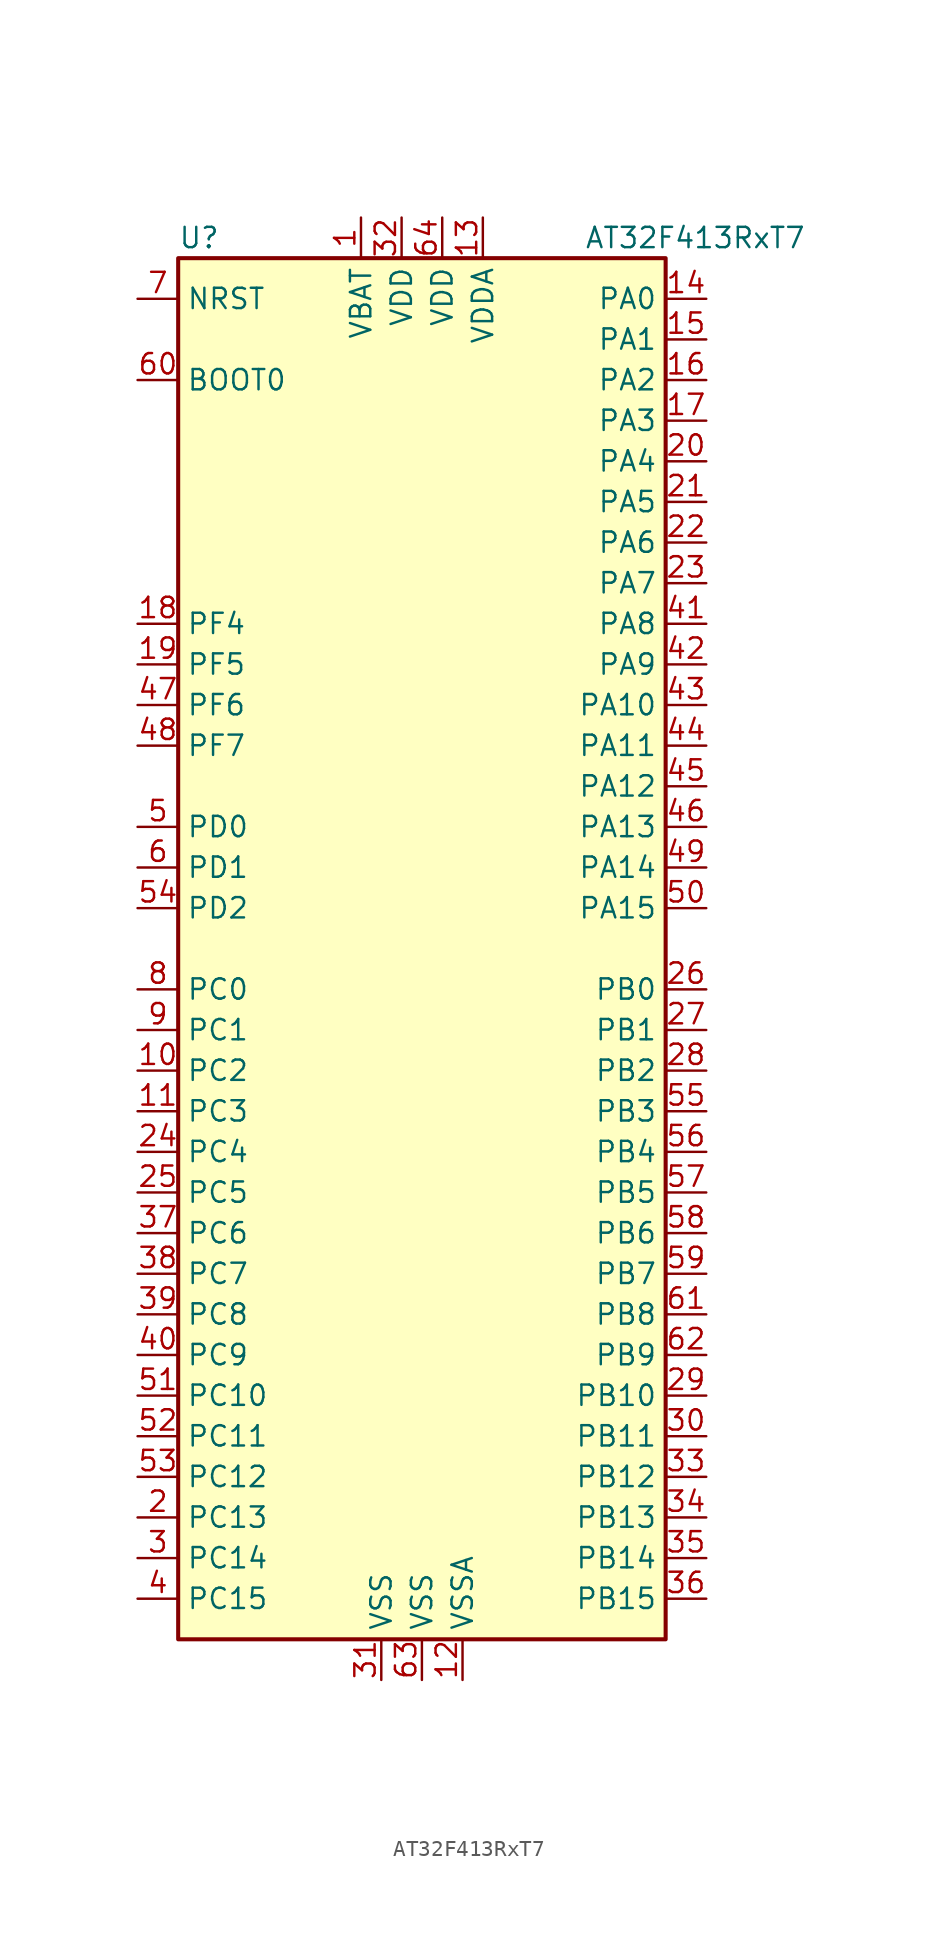
<source format=kicad_sym>
(kicad_symbol_lib
  (version 20220331)
  (generator kicad_symbol_editor)
  (symbol "AT32F413RxT7"
    (property "Reference" "U"
      (at -15.24 44.45 0)
      (effects (font (size 1.27 1.27)) (justify left)))
    (property "Value" "AT32F413RxT7"
      (at 10.16 44.45 0)
      (effects (font (size 1.27 1.27)) (justify left)))
    (symbol "AT32F413RxT7_0_1"
      (rectangle (start -15.24 -43.18) (end 15.24 43.18) (stroke (width 0.254) (type default)) (fill (type background))))
    (symbol "AT32F413RxT7_1_1"
      (pin power_in line (at -3.81 45.72 270) (length 2.54) (name "VBAT" (effects (font (size 1.27 1.27)))) (number "1" (effects (font (size 1.27 1.27)))))
      (pin bidirectional line (at -17.78 -7.62 0) (length 2.54) (name "PC2" (effects (font (size 1.27 1.27)))) (number "10" (effects (font (size 1.27 1.27)))))
      (pin bidirectional line (at -17.78 -10.16 0) (length 2.54) (name "PC3" (effects (font (size 1.27 1.27)))) (number "11" (effects (font (size 1.27 1.27)))))
      (pin power_in line (at 2.54 -45.72 90) (length 2.54) (name "VSSA" (effects (font (size 1.27 1.27)))) (number "12" (effects (font (size 1.27 1.27)))))
      (pin power_in line (at 3.81 45.72 270) (length 2.54) (name "VDDA" (effects (font (size 1.27 1.27)))) (number "13" (effects (font (size 1.27 1.27)))))
      (pin bidirectional line (at 17.78 40.64 180) (length 2.54) (name "PA0" (effects (font (size 1.27 1.27)))) (number "14" (effects (font (size 1.27 1.27)))))
      (pin bidirectional line (at 17.78 38.1 180) (length 2.54) (name "PA1" (effects (font (size 1.27 1.27)))) (number "15" (effects (font (size 1.27 1.27)))))
      (pin bidirectional line (at 17.78 35.56 180) (length 2.54) (name "PA2" (effects (font (size 1.27 1.27)))) (number "16" (effects (font (size 1.27 1.27)))))
      (pin bidirectional line (at 17.78 33.02 180) (length 2.54) (name "PA3" (effects (font (size 1.27 1.27)))) (number "17" (effects (font (size 1.27 1.27)))))
      (pin bidirectional line (at -17.78 20.32 0) (length 2.54) (name "PF4" (effects (font (size 1.27 1.27)))) (number "18" (effects (font (size 1.27 1.27)))))
      (pin bidirectional line (at -17.78 17.78 0) (length 2.54) (name "PF5" (effects (font (size 1.27 1.27)))) (number "19" (effects (font (size 1.27 1.27)))))
      (pin bidirectional line (at -17.78 -35.56 0) (length 2.54) (name "PC13" (effects (font (size 1.27 1.27)))) (number "2" (effects (font (size 1.27 1.27)))))
      (pin bidirectional line (at 17.78 30.48 180) (length 2.54) (name "PA4" (effects (font (size 1.27 1.27)))) (number "20" (effects (font (size 1.27 1.27)))))
      (pin bidirectional line (at 17.78 27.94 180) (length 2.54) (name "PA5" (effects (font (size 1.27 1.27)))) (number "21" (effects (font (size 1.27 1.27)))))
      (pin bidirectional line (at 17.78 25.4 180) (length 2.54) (name "PA6" (effects (font (size 1.27 1.27)))) (number "22" (effects (font (size 1.27 1.27)))))
      (pin bidirectional line (at 17.78 22.86 180) (length 2.54) (name "PA7" (effects (font (size 1.27 1.27)))) (number "23" (effects (font (size 1.27 1.27)))))
      (pin bidirectional line (at -17.78 -12.7 0) (length 2.54) (name "PC4" (effects (font (size 1.27 1.27)))) (number "24" (effects (font (size 1.27 1.27)))))
      (pin bidirectional line (at -17.78 -15.24 0) (length 2.54) (name "PC5" (effects (font (size 1.27 1.27)))) (number "25" (effects (font (size 1.27 1.27)))))
      (pin bidirectional line (at 17.78 -2.54 180) (length 2.54) (name "PB0" (effects (font (size 1.27 1.27)))) (number "26" (effects (font (size 1.27 1.27)))))
      (pin bidirectional line (at 17.78 -5.08 180) (length 2.54) (name "PB1" (effects (font (size 1.27 1.27)))) (number "27" (effects (font (size 1.27 1.27)))))
      (pin bidirectional line (at 17.78 -7.62 180) (length 2.54) (name "PB2" (effects (font (size 1.27 1.27)))) (number "28" (effects (font (size 1.27 1.27)))))
      (pin bidirectional line (at 17.78 -27.94 180) (length 2.54) (name "PB10" (effects (font (size 1.27 1.27)))) (number "29" (effects (font (size 1.27 1.27)))))
      (pin bidirectional line (at -17.78 -38.1 0) (length 2.54) (name "PC14" (effects (font (size 1.27 1.27)))) (number "3" (effects (font (size 1.27 1.27)))))
      (pin bidirectional line (at 17.78 -30.48 180) (length 2.54) (name "PB11" (effects (font (size 1.27 1.27)))) (number "30" (effects (font (size 1.27 1.27)))))
      (pin power_in line (at -2.54 -45.72 90) (length 2.54) (name "VSS" (effects (font (size 1.27 1.27)))) (number "31" (effects (font (size 1.27 1.27)))))
      (pin power_in line (at -1.27 45.72 270) (length 2.54) (name "VDD" (effects (font (size 1.27 1.27)))) (number "32" (effects (font (size 1.27 1.27)))))
      (pin bidirectional line (at 17.78 -33.02 180) (length 2.54) (name "PB12" (effects (font (size 1.27 1.27)))) (number "33" (effects (font (size 1.27 1.27)))))
      (pin bidirectional line (at 17.78 -35.56 180) (length 2.54) (name "PB13" (effects (font (size 1.27 1.27)))) (number "34" (effects (font (size 1.27 1.27)))))
      (pin bidirectional line (at 17.78 -38.1 180) (length 2.54) (name "PB14" (effects (font (size 1.27 1.27)))) (number "35" (effects (font (size 1.27 1.27)))))
      (pin bidirectional line (at 17.78 -40.64 180) (length 2.54) (name "PB15" (effects (font (size 1.27 1.27)))) (number "36" (effects (font (size 1.27 1.27)))))
      (pin bidirectional line (at -17.78 -17.78 0) (length 2.54) (name "PC6" (effects (font (size 1.27 1.27)))) (number "37" (effects (font (size 1.27 1.27)))))
      (pin bidirectional line (at -17.78 -20.32 0) (length 2.54) (name "PC7" (effects (font (size 1.27 1.27)))) (number "38" (effects (font (size 1.27 1.27)))))
      (pin bidirectional line (at -17.78 -22.86 0) (length 2.54) (name "PC8" (effects (font (size 1.27 1.27)))) (number "39" (effects (font (size 1.27 1.27)))))
      (pin bidirectional line (at -17.78 -40.64 0) (length 2.54) (name "PC15" (effects (font (size 1.27 1.27)))) (number "4" (effects (font (size 1.27 1.27)))))
      (pin bidirectional line (at -17.78 -25.4 0) (length 2.54) (name "PC9" (effects (font (size 1.27 1.27)))) (number "40" (effects (font (size 1.27 1.27)))))
      (pin bidirectional line (at 17.78 20.32 180) (length 2.54) (name "PA8" (effects (font (size 1.27 1.27)))) (number "41" (effects (font (size 1.27 1.27)))))
      (pin bidirectional line (at 17.78 17.78 180) (length 2.54) (name "PA9" (effects (font (size 1.27 1.27)))) (number "42" (effects (font (size 1.27 1.27)))))
      (pin bidirectional line (at 17.78 15.24 180) (length 2.54) (name "PA10" (effects (font (size 1.27 1.27)))) (number "43" (effects (font (size 1.27 1.27)))))
      (pin bidirectional line (at 17.78 12.7 180) (length 2.54) (name "PA11" (effects (font (size 1.27 1.27)))) (number "44" (effects (font (size 1.27 1.27)))))
      (pin bidirectional line (at 17.78 10.16 180) (length 2.54) (name "PA12" (effects (font (size 1.27 1.27)))) (number "45" (effects (font (size 1.27 1.27)))))
      (pin bidirectional line (at 17.78 7.62 180) (length 2.54) (name "PA13" (effects (font (size 1.27 1.27)))) (number "46" (effects (font (size 1.27 1.27)))))
      (pin bidirectional line (at -17.78 15.24 0) (length 2.54) (name "PF6" (effects (font (size 1.27 1.27)))) (number "47" (effects (font (size 1.27 1.27)))))
      (pin bidirectional line (at -17.78 12.7 0) (length 2.54) (name "PF7" (effects (font (size 1.27 1.27)))) (number "48" (effects (font (size 1.27 1.27)))))
      (pin bidirectional line (at 17.78 5.08 180) (length 2.54) (name "PA14" (effects (font (size 1.27 1.27)))) (number "49" (effects (font (size 1.27 1.27)))))
      (pin input line (at -17.78 7.62 0) (length 2.54) (name "PD0" (effects (font (size 1.27 1.27)))) (number "5" (effects (font (size 1.27 1.27)))))
      (pin bidirectional line (at 17.78 2.54 180) (length 2.54) (name "PA15" (effects (font (size 1.27 1.27)))) (number "50" (effects (font (size 1.27 1.27)))))
      (pin bidirectional line (at -17.78 -27.94 0) (length 2.54) (name "PC10" (effects (font (size 1.27 1.27)))) (number "51" (effects (font (size 1.27 1.27)))))
      (pin bidirectional line (at -17.78 -30.48 0) (length 2.54) (name "PC11" (effects (font (size 1.27 1.27)))) (number "52" (effects (font (size 1.27 1.27)))))
      (pin bidirectional line (at -17.78 -33.02 0) (length 2.54) (name "PC12" (effects (font (size 1.27 1.27)))) (number "53" (effects (font (size 1.27 1.27)))))
      (pin bidirectional line (at -17.78 2.54 0) (length 2.54) (name "PD2" (effects (font (size 1.27 1.27)))) (number "54" (effects (font (size 1.27 1.27)))))
      (pin bidirectional line (at 17.78 -10.16 180) (length 2.54) (name "PB3" (effects (font (size 1.27 1.27)))) (number "55" (effects (font (size 1.27 1.27)))))
      (pin bidirectional line (at 17.78 -12.7 180) (length 2.54) (name "PB4" (effects (font (size 1.27 1.27)))) (number "56" (effects (font (size 1.27 1.27)))))
      (pin bidirectional line (at 17.78 -15.24 180) (length 2.54) (name "PB5" (effects (font (size 1.27 1.27)))) (number "57" (effects (font (size 1.27 1.27)))))
      (pin bidirectional line (at 17.78 -17.78 180) (length 2.54) (name "PB6" (effects (font (size 1.27 1.27)))) (number "58" (effects (font (size 1.27 1.27)))))
      (pin bidirectional line (at 17.78 -20.32 180) (length 2.54) (name "PB7" (effects (font (size 1.27 1.27)))) (number "59" (effects (font (size 1.27 1.27)))))
      (pin input line (at -17.78 5.08 0) (length 2.54) (name "PD1" (effects (font (size 1.27 1.27)))) (number "6" (effects (font (size 1.27 1.27)))))
      (pin input line (at -17.78 35.56 0) (length 2.54) (name "BOOT0" (effects (font (size 1.27 1.27)))) (number "60" (effects (font (size 1.27 1.27)))))
      (pin bidirectional line (at 17.78 -22.86 180) (length 2.54) (name "PB8" (effects (font (size 1.27 1.27)))) (number "61" (effects (font (size 1.27 1.27)))))
      (pin bidirectional line (at 17.78 -25.4 180) (length 2.54) (name "PB9" (effects (font (size 1.27 1.27)))) (number "62" (effects (font (size 1.27 1.27)))))
      (pin power_in line (at 0 -45.72 90) (length 2.54) (name "VSS" (effects (font (size 1.27 1.27)))) (number "63" (effects (font (size 1.27 1.27)))))
      (pin power_in line (at 1.27 45.72 270) (length 2.54) (name "VDD" (effects (font (size 1.27 1.27)))) (number "64" (effects (font (size 1.27 1.27)))))
      (pin input line (at -17.78 40.64 0) (length 2.54) (name "NRST" (effects (font (size 1.27 1.27)))) (number "7" (effects (font (size 1.27 1.27)))))
      (pin bidirectional line (at -17.78 -2.54 0) (length 2.54) (name "PC0" (effects (font (size 1.27 1.27)))) (number "8" (effects (font (size 1.27 1.27)))))
      (pin bidirectional line (at -17.78 -5.08 0) (length 2.54) (name "PC1" (effects (font (size 1.27 1.27)))) (number "9" (effects (font (size 1.27 1.27))))))))
</source>
